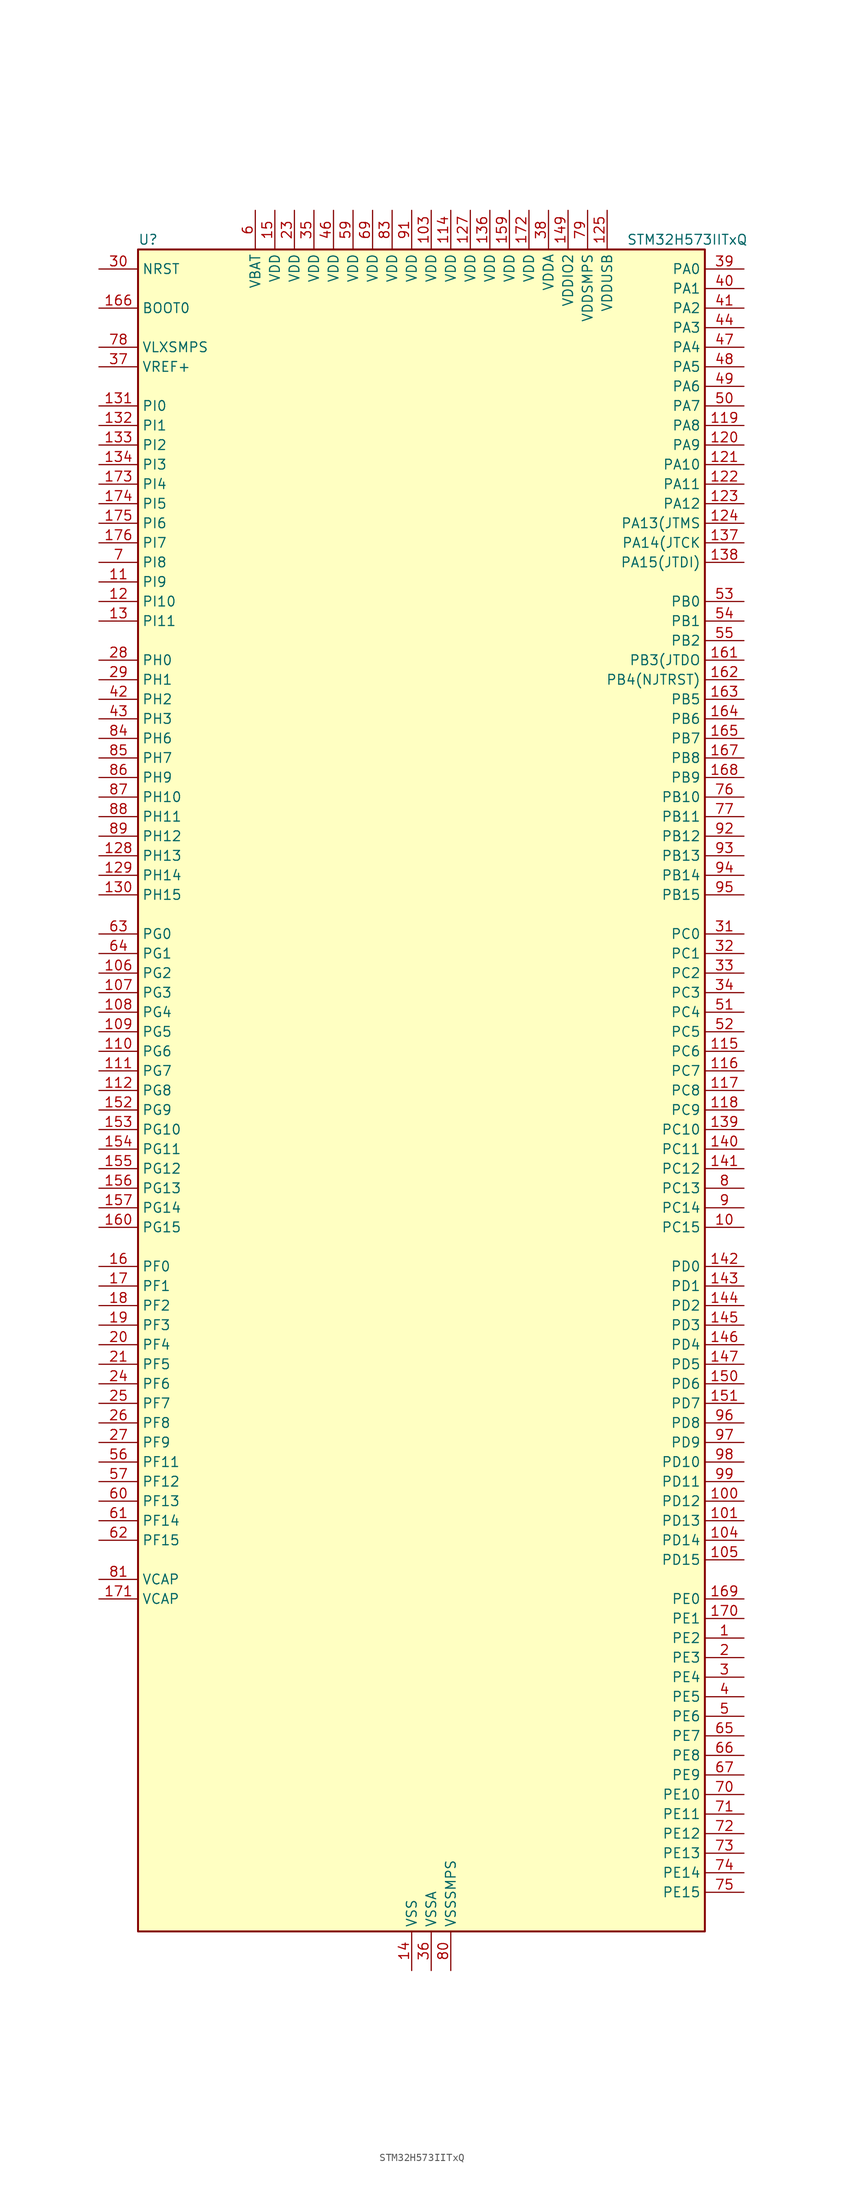
<source format=kicad_sym>
(kicad_symbol_lib
  (version 20231120)
  (generator "kicad_symbol_editor")
  (generator_version "8.0")
  (symbol "STM32H573IITxQ"
    (property "Reference" "U"
      (at -35.56 110.49 0)
      (effects (font (size 1.27 1.27)) (justify left)))
    (property "Value" "STM32H573IITxQ"
      (at 27.94 110.49 0)
      (effects (font (size 1.27 1.27)) (justify left)))
    (property "ki_locked" ""
      (at 0 0 0)
      (effects (font (size 1.27 1.27))))
    (symbol "STM32H573IITxQ_0_1"
      (rectangle (start -35.56 -109.22) (end 38.1 109.22) (stroke (width 0.254) (type default)) (fill (type background))))
    (symbol "STM32H573IITxQ_1_1"
      (pin bidirectional line (at 43.18 -71.12 180) (length 5.08) (name "PE2" (effects (font (size 1.27 1.27)))) (number "1" (effects (font (size 1.27 1.27)))) (alternate "DCMI_D3" bidirectional line) (alternate "DEBUG_TRACECLK" bidirectional line) (alternate "ETH_TXD3" bidirectional line) (alternate "FMC_A23" bidirectional line) (alternate "LPTIM1_IN2" bidirectional line) (alternate "OCTOSPI1_IO2" bidirectional line) (alternate "PSSI_D3" bidirectional line) (alternate "SAI1_CK1" bidirectional line) (alternate "SAI1_MCLK_A" bidirectional line) (alternate "SPI4_SCK" bidirectional line) (alternate "UART8_TX" bidirectional line) (alternate "USART10_RX" bidirectional line))
      (pin bidirectional line (at 43.18 -17.78 180) (length 5.08) (name "PC15" (effects (font (size 1.27 1.27)))) (number "10" (effects (font (size 1.27 1.27)))) (alternate "ADC1_EXTI15" bidirectional line) (alternate "ADC2_EXTI15" bidirectional line) (alternate "RCC_OSC32_OUT" bidirectional line))
      (pin bidirectional line (at 43.18 -53.34 180) (length 5.08) (name "PD12" (effects (font (size 1.27 1.27)))) (number "100" (effects (font (size 1.27 1.27)))) (alternate "DCMI_D12" bidirectional line) (alternate "FMC_A17" bidirectional line) (alternate "FMC_ALE" bidirectional line) (alternate "I2C4_SCL" bidirectional line) (alternate "I3C1_SCL" bidirectional line) (alternate "LPTIM1_IN1" bidirectional line) (alternate "LPTIM2_IN1" bidirectional line) (alternate "OCTOSPI1_IO1" bidirectional line) (alternate "PSSI_D12" bidirectional line) (alternate "SAI1_D1" bidirectional line) (alternate "SAI2_FS_A" bidirectional line) (alternate "TIM4_CH1" bidirectional line) (alternate "UART4_TX" bidirectional line) (alternate "USART3_RTS" bidirectional line))
      (pin bidirectional line (at 43.18 -55.88 180) (length 5.08) (name "PD13" (effects (font (size 1.27 1.27)))) (number "101" (effects (font (size 1.27 1.27)))) (alternate "DCMI_D13" bidirectional line) (alternate "FMC_A18" bidirectional line) (alternate "I2C4_SDA" bidirectional line) (alternate "I3C1_SDA" bidirectional line) (alternate "LPTIM1_CH1" bidirectional line) (alternate "LPTIM2_CH1" bidirectional line) (alternate "LPTIM4_IN1" bidirectional line) (alternate "OCTOSPI1_IO3" bidirectional line) (alternate "PSSI_D13" bidirectional line) (alternate "SAI2_SCK_A" bidirectional line) (alternate "TIM4_CH2" bidirectional line) (alternate "UART9_RTS" bidirectional line))
      (pin passive line (at 0 -114.3 90) (length 5.08) hide (name "VSS" (effects (font (size 1.27 1.27)))) (number "102" (effects (font (size 1.27 1.27)))))
      (pin power_in line (at 2.54 114.3 270) (length 5.08) (name "VDD" (effects (font (size 1.27 1.27)))) (number "103" (effects (font (size 1.27 1.27)))))
      (pin bidirectional line (at 43.18 -58.42 180) (length 5.08) (name "PD14" (effects (font (size 1.27 1.27)))) (number "104" (effects (font (size 1.27 1.27)))) (alternate "FMC_D0" bidirectional line) (alternate "FMC_DA0" bidirectional line) (alternate "TIM4_CH3" bidirectional line) (alternate "UART8_CTS" bidirectional line) (alternate "UART9_RX" bidirectional line))
      (pin bidirectional line (at 43.18 -60.96 180) (length 5.08) (name "PD15" (effects (font (size 1.27 1.27)))) (number "105" (effects (font (size 1.27 1.27)))) (alternate "ADC1_EXTI15" bidirectional line) (alternate "ADC2_EXTI15" bidirectional line) (alternate "FMC_D1" bidirectional line) (alternate "FMC_DA1" bidirectional line) (alternate "TIM4_CH4" bidirectional line) (alternate "UART8_RTS" bidirectional line) (alternate "UART9_TX" bidirectional line))
      (pin bidirectional line (at -40.64 15.24 0) (length 5.08) (name "PG2" (effects (font (size 1.27 1.27)))) (number "106" (effects (font (size 1.27 1.27)))) (alternate "FMC_A12" bidirectional line) (alternate "LPTIM6_ETR" bidirectional line) (alternate "TIM8_BKIN" bidirectional line) (alternate "UART12_RX" bidirectional line))
      (pin bidirectional line (at -40.64 12.7 0) (length 5.08) (name "PG3" (effects (font (size 1.27 1.27)))) (number "107" (effects (font (size 1.27 1.27)))) (alternate "FMC_A13" bidirectional line) (alternate "LPTIM5_ETR" bidirectional line) (alternate "TIM8_BKIN2" bidirectional line) (alternate "UART12_TX" bidirectional line))
      (pin bidirectional line (at -40.64 10.16 0) (length 5.08) (name "PG4" (effects (font (size 1.27 1.27)))) (number "108" (effects (font (size 1.27 1.27)))) (alternate "FMC_A14" bidirectional line) (alternate "FMC_BA0" bidirectional line) (alternate "LPTIM4_ETR" bidirectional line) (alternate "TIM1_BKIN2" bidirectional line))
      (pin bidirectional line (at -40.64 7.62 0) (length 5.08) (name "PG5" (effects (font (size 1.27 1.27)))) (number "109" (effects (font (size 1.27 1.27)))) (alternate "FMC_A15" bidirectional line) (alternate "FMC_BA1" bidirectional line) (alternate "TIM1_ETR" bidirectional line))
      (pin bidirectional line (at -40.64 66.04 0) (length 5.08) (name "PI9" (effects (font (size 1.27 1.27)))) (number "11" (effects (font (size 1.27 1.27)))) (alternate "DAC1_EXTI9" bidirectional line) (alternate "FDCAN1_RX" bidirectional line) (alternate "UART4_RX" bidirectional line))
      (pin bidirectional line (at -40.64 5.08 0) (length 5.08) (name "PG6" (effects (font (size 1.27 1.27)))) (number "110" (effects (font (size 1.27 1.27)))) (alternate "DCMI_D12" bidirectional line) (alternate "FMC_NE3" bidirectional line) (alternate "I2C4_SDA" bidirectional line) (alternate "I3C1_SDA" bidirectional line) (alternate "OCTOSPI1_NCS" bidirectional line) (alternate "PSSI_D12" bidirectional line) (alternate "SPI1_RDY" bidirectional line) (alternate "TIM17_BKIN" bidirectional line) (alternate "UCPD1_FRSTX" bidirectional line))
      (pin bidirectional line (at -40.64 2.54 0) (length 5.08) (name "PG7" (effects (font (size 1.27 1.27)))) (number "111" (effects (font (size 1.27 1.27)))) (alternate "DCMI_D13" bidirectional line) (alternate "FMC_INT" bidirectional line) (alternate "I2C4_SCL" bidirectional line) (alternate "I3C1_SCL" bidirectional line) (alternate "PSSI_D13" bidirectional line) (alternate "SAI1_CK2" bidirectional line) (alternate "SAI1_MCLK_A" bidirectional line) (alternate "UCPD1_FRSTX" bidirectional line) (alternate "USART6_CK" bidirectional line))
      (pin bidirectional line (at -40.64 0 0) (length 5.08) (name "PG8" (effects (font (size 1.27 1.27)))) (number "112" (effects (font (size 1.27 1.27)))) (alternate "ETH_PPS_OUT" bidirectional line) (alternate "FMC_SDCLK" bidirectional line) (alternate "SPI6_NSS" bidirectional line) (alternate "TIM8_ETR" bidirectional line) (alternate "USART6_RTS" bidirectional line))
      (pin passive line (at 0 -114.3 90) (length 5.08) hide (name "VSS" (effects (font (size 1.27 1.27)))) (number "113" (effects (font (size 1.27 1.27)))))
      (pin power_in line (at 5.08 114.3 270) (length 5.08) (name "VDD" (effects (font (size 1.27 1.27)))) (number "114" (effects (font (size 1.27 1.27)))))
      (pin bidirectional line (at 43.18 5.08 180) (length 5.08) (name "PC6" (effects (font (size 1.27 1.27)))) (number "115" (effects (font (size 1.27 1.27)))) (alternate "DCMI_D0" bidirectional line) (alternate "FMC_NWAIT" bidirectional line) (alternate "I2S2_MCK" bidirectional line) (alternate "OCTOSPI1_IO5" bidirectional line) (alternate "PSSI_D0" bidirectional line) (alternate "SAI1_SCK_A" bidirectional line) (alternate "SDMMC1_D0DIR" bidirectional line) (alternate "SDMMC1_D6" bidirectional line) (alternate "SDMMC2_D6" bidirectional line) (alternate "TIM3_CH1" bidirectional line) (alternate "TIM8_CH1" bidirectional line) (alternate "USART6_TX" bidirectional line))
      (pin bidirectional line (at 43.18 2.54 180) (length 5.08) (name "PC7" (effects (font (size 1.27 1.27)))) (number "116" (effects (font (size 1.27 1.27)))) (alternate "DCMI_D1" bidirectional line) (alternate "DEBUG_TRGIO" bidirectional line) (alternate "FMC_NE1" bidirectional line) (alternate "I2S3_MCK" bidirectional line) (alternate "OCTOSPI1_IO6" bidirectional line) (alternate "PSSI_D1" bidirectional line) (alternate "SDMMC1_D123DIR" bidirectional line) (alternate "SDMMC1_D7" bidirectional line) (alternate "SDMMC2_D7" bidirectional line) (alternate "TIM3_CH2" bidirectional line) (alternate "TIM8_CH2" bidirectional line) (alternate "USART6_RX" bidirectional line))
      (pin bidirectional line (at 43.18 0 180) (length 5.08) (name "PC8" (effects (font (size 1.27 1.27)))) (number "117" (effects (font (size 1.27 1.27)))) (alternate "DCMI_D2" bidirectional line) (alternate "DEBUG_TRACED1" bidirectional line) (alternate "FMC_ALE" bidirectional line) (alternate "FMC_INT" bidirectional line) (alternate "FMC_NCE" bidirectional line) (alternate "FMC_NE2" bidirectional line) (alternate "PSSI_D2" bidirectional line) (alternate "SDMMC1_D0" bidirectional line) (alternate "TIM3_CH3" bidirectional line) (alternate "TIM8_CH3" bidirectional line) (alternate "UART5_DE" bidirectional line) (alternate "UART5_RTS" bidirectional line) (alternate "USART6_CK" bidirectional line))
      (pin bidirectional line (at 43.18 -2.54 180) (length 5.08) (name "PC9" (effects (font (size 1.27 1.27)))) (number "118" (effects (font (size 1.27 1.27)))) (alternate "AUDIOCLK" bidirectional line) (alternate "DAC1_EXTI9" bidirectional line) (alternate "DCMI_D3" bidirectional line) (alternate "FMC_CLE" bidirectional line) (alternate "I2C3_SDA" bidirectional line) (alternate "OCTOSPI1_IO0" bidirectional line) (alternate "PSSI_D3" bidirectional line) (alternate "RCC_MCO_2" bidirectional line) (alternate "SDMMC1_D1" bidirectional line) (alternate "TIM3_CH4" bidirectional line) (alternate "TIM8_CH4" bidirectional line) (alternate "UART5_CTS" bidirectional line) (alternate "UCPD1_DB2" bidirectional line))
      (pin bidirectional line (at 43.18 86.36 180) (length 5.08) (name "PA8" (effects (font (size 1.27 1.27)))) (number "119" (effects (font (size 1.27 1.27)))) (alternate "DCMI_D3" bidirectional line) (alternate "FMC_NOE" bidirectional line) (alternate "I2C3_SCL" bidirectional line) (alternate "PSSI_D3" bidirectional line) (alternate "RCC_MCO_1" bidirectional line) (alternate "SPI1_RDY" bidirectional line) (alternate "TIM1_CH1" bidirectional line) (alternate "TIM8_BKIN2" bidirectional line) (alternate "UART7_RX" bidirectional line) (alternate "USART1_CK" bidirectional line) (alternate "USB_SOF" bidirectional line))
      (pin bidirectional line (at -40.64 63.5 0) (length 5.08) (name "PI10" (effects (font (size 1.27 1.27)))) (number "12" (effects (font (size 1.27 1.27)))) (alternate "ETH_RX_ER" bidirectional line) (alternate "FDCAN1_RX" bidirectional line) (alternate "PSSI_D14" bidirectional line))
      (pin bidirectional line (at 43.18 83.82 180) (length 5.08) (name "PA9" (effects (font (size 1.27 1.27)))) (number "120" (effects (font (size 1.27 1.27)))) (alternate "DAC1_EXTI9" bidirectional line) (alternate "DCMI_D0" bidirectional line) (alternate "ETH_TX_ER" bidirectional line) (alternate "FMC_NWE" bidirectional line) (alternate "I2C3_SMBA" bidirectional line) (alternate "I2S2_CK" bidirectional line) (alternate "LPUART1_TX" bidirectional line) (alternate "PSSI_D0" bidirectional line) (alternate "SPI2_SCK" bidirectional line) (alternate "TIM1_CH2" bidirectional line) (alternate "UCPD1_DB1" bidirectional line) (alternate "USART1_TX" bidirectional line))
      (pin bidirectional line (at 43.18 81.28 180) (length 5.08) (name "PA10" (effects (font (size 1.27 1.27)))) (number "121" (effects (font (size 1.27 1.27)))) (alternate "DCMI_D1" bidirectional line) (alternate "FDCAN2_TX" bidirectional line) (alternate "LPTIM2_IN2" bidirectional line) (alternate "LPUART1_RX" bidirectional line) (alternate "PSSI_D1" bidirectional line) (alternate "SDMMC1_D0" bidirectional line) (alternate "TIM1_CH3" bidirectional line) (alternate "UCPD1_FRSTX" bidirectional line) (alternate "USART1_RX" bidirectional line))
      (pin bidirectional line (at 43.18 78.74 180) (length 5.08) (name "PA11" (effects (font (size 1.27 1.27)))) (number "122" (effects (font (size 1.27 1.27)))) (alternate "ADC1_EXTI11" bidirectional line) (alternate "ADC2_EXTI11" bidirectional line) (alternate "FDCAN1_RX" bidirectional line) (alternate "I2S2_WS" bidirectional line) (alternate "LPUART1_CTS" bidirectional line) (alternate "SPI2_NSS" bidirectional line) (alternate "TIM1_CH4" bidirectional line) (alternate "UART4_RX" bidirectional line) (alternate "USART1_CTS" bidirectional line) (alternate "USART1_NSS" bidirectional line) (alternate "USB_DM" bidirectional line))
      (pin bidirectional line (at 43.18 76.2 180) (length 5.08) (name "PA12" (effects (font (size 1.27 1.27)))) (number "123" (effects (font (size 1.27 1.27)))) (alternate "FDCAN1_TX" bidirectional line) (alternate "I2S2_CK" bidirectional line) (alternate "LPUART1_RTS" bidirectional line) (alternate "SAI2_FS_B" bidirectional line) (alternate "SPI2_SCK" bidirectional line) (alternate "TIM1_ETR" bidirectional line) (alternate "UART4_TX" bidirectional line) (alternate "USART1_RTS" bidirectional line) (alternate "USB_DP" bidirectional line))
      (pin bidirectional line (at 43.18 73.66 180) (length 5.08) (name "PA13(JTMS" (effects (font (size 1.27 1.27)))) (number "124" (effects (font (size 1.27 1.27)))) (alternate "DEBUG_JTMS-SWDIO" bidirectional line))
      (pin power_in line (at 25.4 114.3 270) (length 5.08) (name "VDDUSB" (effects (font (size 1.27 1.27)))) (number "125" (effects (font (size 1.27 1.27)))))
      (pin passive line (at 0 -114.3 90) (length 5.08) hide (name "VSS" (effects (font (size 1.27 1.27)))) (number "126" (effects (font (size 1.27 1.27)))))
      (pin power_in line (at 7.62 114.3 270) (length 5.08) (name "VDD" (effects (font (size 1.27 1.27)))) (number "127" (effects (font (size 1.27 1.27)))))
      (pin bidirectional line (at -40.64 30.48 0) (length 5.08) (name "PH13" (effects (font (size 1.27 1.27)))) (number "128" (effects (font (size 1.27 1.27)))) (alternate "DCMI_D3" bidirectional line) (alternate "FDCAN1_TX" bidirectional line) (alternate "LPTIM1_IN2" bidirectional line) (alternate "PSSI_D3" bidirectional line) (alternate "TIM8_CH1N" bidirectional line) (alternate "UART4_TX" bidirectional line) (alternate "UART8_TX" bidirectional line))
      (pin bidirectional line (at -40.64 27.94 0) (length 5.08) (name "PH14" (effects (font (size 1.27 1.27)))) (number "129" (effects (font (size 1.27 1.27)))) (alternate "DCMI_D4" bidirectional line) (alternate "FDCAN1_RX" bidirectional line) (alternate "PSSI_D4" bidirectional line) (alternate "TIM8_CH2N" bidirectional line) (alternate "UART4_RX" bidirectional line))
      (pin bidirectional line (at -40.64 60.96 0) (length 5.08) (name "PI11" (effects (font (size 1.27 1.27)))) (number "13" (effects (font (size 1.27 1.27)))) (alternate "ADC1_EXTI11" bidirectional line) (alternate "ADC2_EXTI11" bidirectional line) (alternate "PSSI_D15" bidirectional line) (alternate "TAMP_IN4" bidirectional line) (alternate "TAMP_OUT5" bidirectional line))
      (pin bidirectional line (at -40.64 25.4 0) (length 5.08) (name "PH15" (effects (font (size 1.27 1.27)))) (number "130" (effects (font (size 1.27 1.27)))) (alternate "ADC1_EXTI15" bidirectional line) (alternate "ADC2_EXTI15" bidirectional line) (alternate "DCMI_D11" bidirectional line) (alternate "PSSI_D11" bidirectional line) (alternate "TIM8_CH3N" bidirectional line))
      (pin bidirectional line (at -40.64 88.9 0) (length 5.08) (name "PI0" (effects (font (size 1.27 1.27)))) (number "131" (effects (font (size 1.27 1.27)))) (alternate "DCMI_D13" bidirectional line) (alternate "I2S2_WS" bidirectional line) (alternate "PSSI_D13" bidirectional line) (alternate "SPI2_NSS" bidirectional line) (alternate "TIM5_CH4" bidirectional line))
      (pin bidirectional line (at -40.64 86.36 0) (length 5.08) (name "PI1" (effects (font (size 1.27 1.27)))) (number "132" (effects (font (size 1.27 1.27)))) (alternate "DCMI_D8" bidirectional line) (alternate "I2S2_CK" bidirectional line) (alternate "PSSI_D8" bidirectional line) (alternate "SPI2_SCK" bidirectional line) (alternate "TIM8_BKIN2" bidirectional line))
      (pin bidirectional line (at -40.64 83.82 0) (length 5.08) (name "PI2" (effects (font (size 1.27 1.27)))) (number "133" (effects (font (size 1.27 1.27)))) (alternate "DCMI_D9" bidirectional line) (alternate "I2S2_SDI" bidirectional line) (alternate "PSSI_D9" bidirectional line) (alternate "SPI2_MISO" bidirectional line) (alternate "TIM8_CH4" bidirectional line))
      (pin bidirectional line (at -40.64 81.28 0) (length 5.08) (name "PI3" (effects (font (size 1.27 1.27)))) (number "134" (effects (font (size 1.27 1.27)))) (alternate "DCMI_D10" bidirectional line) (alternate "I2S2_SDO" bidirectional line) (alternate "PSSI_D10" bidirectional line) (alternate "SPI2_MOSI" bidirectional line) (alternate "TIM8_ETR" bidirectional line))
      (pin passive line (at 0 -114.3 90) (length 5.08) hide (name "VSS" (effects (font (size 1.27 1.27)))) (number "135" (effects (font (size 1.27 1.27)))))
      (pin power_in line (at 10.16 114.3 270) (length 5.08) (name "VDD" (effects (font (size 1.27 1.27)))) (number "136" (effects (font (size 1.27 1.27)))))
      (pin bidirectional line (at 43.18 71.12 180) (length 5.08) (name "PA14(JTCK" (effects (font (size 1.27 1.27)))) (number "137" (effects (font (size 1.27 1.27)))) (alternate "DEBUG_JTCK-SWCLK" bidirectional line))
      (pin bidirectional line (at 43.18 68.58 180) (length 5.08) (name "PA15(JTDI)" (effects (font (size 1.27 1.27)))) (number "138" (effects (font (size 1.27 1.27)))) (alternate "ADC1_EXTI15" bidirectional line) (alternate "ADC2_EXTI15" bidirectional line) (alternate "CEC" bidirectional line) (alternate "DCMI_D11" bidirectional line) (alternate "DEBUG_JTDI" bidirectional line) (alternate "FMC_NBL1" bidirectional line) (alternate "I2S1_WS" bidirectional line) (alternate "I2S3_WS" bidirectional line) (alternate "LPTIM3_IN2" bidirectional line) (alternate "PSSI_D11" bidirectional line) (alternate "SPI1_NSS" bidirectional line) (alternate "SPI3_NSS" bidirectional line) (alternate "SPI6_NSS" bidirectional line) (alternate "TIM2_CH1" bidirectional line) (alternate "TIM2_ETR" bidirectional line) (alternate "UART4_DE" bidirectional line) (alternate "UART4_RTS" bidirectional line) (alternate "UART7_TX" bidirectional line))
      (pin bidirectional line (at 43.18 -5.08 180) (length 5.08) (name "PC10" (effects (font (size 1.27 1.27)))) (number "139" (effects (font (size 1.27 1.27)))) (alternate "DCMI_D8" bidirectional line) (alternate "ETH_TXD0" bidirectional line) (alternate "I2S3_CK" bidirectional line) (alternate "LPTIM3_ETR" bidirectional line) (alternate "OCTOSPI1_IO1" bidirectional line) (alternate "PSSI_D8" bidirectional line) (alternate "SDMMC1_D2" bidirectional line) (alternate "SPI3_SCK" bidirectional line) (alternate "UART4_TX" bidirectional line) (alternate "USART3_TX" bidirectional line))
      (pin power_in line (at 0 -114.3 90) (length 5.08) (name "VSS" (effects (font (size 1.27 1.27)))) (number "14" (effects (font (size 1.27 1.27)))))
      (pin bidirectional line (at 43.18 -7.62 180) (length 5.08) (name "PC11" (effects (font (size 1.27 1.27)))) (number "140" (effects (font (size 1.27 1.27)))) (alternate "ADC1_EXTI11" bidirectional line) (alternate "ADC2_EXTI11" bidirectional line) (alternate "DCMI_D4" bidirectional line) (alternate "I2S3_SDI" bidirectional line) (alternate "LPTIM3_IN1" bidirectional line) (alternate "OCTOSPI1_NCS" bidirectional line) (alternate "PSSI_D4" bidirectional line) (alternate "SDMMC1_D3" bidirectional line) (alternate "SPI3_MISO" bidirectional line) (alternate "UART4_RX" bidirectional line) (alternate "USART3_RX" bidirectional line))
      (pin bidirectional line (at 43.18 -10.16 180) (length 5.08) (name "PC12" (effects (font (size 1.27 1.27)))) (number "141" (effects (font (size 1.27 1.27)))) (alternate "DCMI_D9" bidirectional line) (alternate "DEBUG_TRACED3" bidirectional line) (alternate "I2S3_SDO" bidirectional line) (alternate "PSSI_D9" bidirectional line) (alternate "SDMMC1_CK" bidirectional line) (alternate "SPI3_MOSI" bidirectional line) (alternate "SPI6_SCK" bidirectional line) (alternate "TIM15_CH1" bidirectional line) (alternate "UART5_TX" bidirectional line) (alternate "USART3_CK" bidirectional line))
      (pin bidirectional line (at 43.18 -22.86 180) (length 5.08) (name "PD0" (effects (font (size 1.27 1.27)))) (number "142" (effects (font (size 1.27 1.27)))) (alternate "FDCAN1_RX" bidirectional line) (alternate "FMC_D2" bidirectional line) (alternate "FMC_DA2" bidirectional line) (alternate "TIM8_CH4N" bidirectional line) (alternate "UART4_RX" bidirectional line) (alternate "UART9_CTS" bidirectional line))
      (pin bidirectional line (at 43.18 -25.4 180) (length 5.08) (name "PD1" (effects (font (size 1.27 1.27)))) (number "143" (effects (font (size 1.27 1.27)))) (alternate "FDCAN1_TX" bidirectional line) (alternate "FMC_D3" bidirectional line) (alternate "FMC_DA3" bidirectional line) (alternate "UART4_TX" bidirectional line))
      (pin bidirectional line (at 43.18 -27.94 180) (length 5.08) (name "PD2" (effects (font (size 1.27 1.27)))) (number "144" (effects (font (size 1.27 1.27)))) (alternate "DCMI_D11" bidirectional line) (alternate "DEBUG_TRACED2" bidirectional line) (alternate "LPTIM4_ETR" bidirectional line) (alternate "PSSI_D11" bidirectional line) (alternate "PWR_WKUP7" bidirectional line) (alternate "SDMMC1_CMD" bidirectional line) (alternate "TIM15_BKIN" bidirectional line) (alternate "TIM3_ETR" bidirectional line) (alternate "UART5_RX" bidirectional line))
      (pin bidirectional line (at 43.18 -30.48 180) (length 5.08) (name "PD3" (effects (font (size 1.27 1.27)))) (number "145" (effects (font (size 1.27 1.27)))) (alternate "DCMI_D5" bidirectional line) (alternate "FMC_CLK" bidirectional line) (alternate "I2S2_CK" bidirectional line) (alternate "PSSI_D5" bidirectional line) (alternate "PWR_WKUP8" bidirectional line) (alternate "SPI2_SCK" bidirectional line) (alternate "USART2_CTS" bidirectional line) (alternate "USART2_NSS" bidirectional line))
      (pin bidirectional line (at 43.18 -33.02 180) (length 5.08) (name "PD4" (effects (font (size 1.27 1.27)))) (number "146" (effects (font (size 1.27 1.27)))) (alternate "FMC_NOE" bidirectional line) (alternate "OCTOSPI1_IO4" bidirectional line) (alternate "USART2_RTS" bidirectional line))
      (pin bidirectional line (at 43.18 -35.56 180) (length 5.08) (name "PD5" (effects (font (size 1.27 1.27)))) (number "147" (effects (font (size 1.27 1.27)))) (alternate "FDCAN1_TX" bidirectional line) (alternate "FMC_NWE" bidirectional line) (alternate "OCTOSPI1_IO5" bidirectional line) (alternate "SPI2_RDY" bidirectional line) (alternate "TIM1_CH4N" bidirectional line) (alternate "USART2_TX" bidirectional line))
      (pin passive line (at 0 -114.3 90) (length 5.08) hide (name "VSS" (effects (font (size 1.27 1.27)))) (number "148" (effects (font (size 1.27 1.27)))))
      (pin power_in line (at 20.32 114.3 270) (length 5.08) (name "VDDIO2" (effects (font (size 1.27 1.27)))) (number "149" (effects (font (size 1.27 1.27)))))
      (pin power_in line (at -17.78 114.3 270) (length 5.08) (name "VDD" (effects (font (size 1.27 1.27)))) (number "15" (effects (font (size 1.27 1.27)))))
      (pin bidirectional line (at 43.18 -38.1 180) (length 5.08) (name "PD6" (effects (font (size 1.27 1.27)))) (number "150" (effects (font (size 1.27 1.27)))) (alternate "DCMI_D10" bidirectional line) (alternate "FMC_NWAIT" bidirectional line) (alternate "I2S3_SDO" bidirectional line) (alternate "OCTOSPI1_IO6" bidirectional line) (alternate "PSSI_D10" bidirectional line) (alternate "SAI1_D1" bidirectional line) (alternate "SAI1_SD_A" bidirectional line) (alternate "SDMMC2_CK" bidirectional line) (alternate "SPI3_MOSI" bidirectional line) (alternate "USART2_RX" bidirectional line))
      (pin bidirectional line (at 43.18 -40.64 180) (length 5.08) (name "PD7" (effects (font (size 1.27 1.27)))) (number "151" (effects (font (size 1.27 1.27)))) (alternate "FMC_NCE" bidirectional line) (alternate "FMC_NE1" bidirectional line) (alternate "I2S1_SDO" bidirectional line) (alternate "LPTIM4_OUT" bidirectional line) (alternate "OCTOSPI1_IO7" bidirectional line) (alternate "SDMMC2_CMD" bidirectional line) (alternate "SPI1_MOSI" bidirectional line) (alternate "USART2_CK" bidirectional line))
      (pin bidirectional line (at -40.64 -2.54 0) (length 5.08) (name "PG9" (effects (font (size 1.27 1.27)))) (number "152" (effects (font (size 1.27 1.27)))) (alternate "DAC1_EXTI9" bidirectional line) (alternate "DCMI_VSYNC" bidirectional line) (alternate "FMC_NCE" bidirectional line) (alternate "FMC_NE2" bidirectional line) (alternate "I2S1_SDI" bidirectional line) (alternate "OCTOSPI1_IO6" bidirectional line) (alternate "PSSI_RDY" bidirectional line) (alternate "SAI2_FS_B" bidirectional line) (alternate "SDMMC2_D0" bidirectional line) (alternate "SPI1_MISO" bidirectional line) (alternate "USART6_RX" bidirectional line))
      (pin bidirectional line (at -40.64 -5.08 0) (length 5.08) (name "PG10" (effects (font (size 1.27 1.27)))) (number "153" (effects (font (size 1.27 1.27)))) (alternate "DCMI_D2" bidirectional line) (alternate "FMC_NE3" bidirectional line) (alternate "I2S1_WS" bidirectional line) (alternate "PSSI_D2" bidirectional line) (alternate "SAI2_SD_B" bidirectional line) (alternate "SDMMC2_D1" bidirectional line) (alternate "SPI1_NSS" bidirectional line))
      (pin bidirectional line (at -40.64 -7.62 0) (length 5.08) (name "PG11" (effects (font (size 1.27 1.27)))) (number "154" (effects (font (size 1.27 1.27)))) (alternate "ADC1_EXTI11" bidirectional line) (alternate "ADC2_EXTI11" bidirectional line) (alternate "DCMI_D3" bidirectional line) (alternate "ETH_TX_EN" bidirectional line) (alternate "I2S1_CK" bidirectional line) (alternate "LPTIM1_IN2" bidirectional line) (alternate "PSSI_D3" bidirectional line) (alternate "SDMMC2_D2" bidirectional line) (alternate "SPI1_SCK" bidirectional line) (alternate "USART10_RX" bidirectional line) (alternate "USART11_RTS" bidirectional line))
      (pin bidirectional line (at -40.64 -10.16 0) (length 5.08) (name "PG12" (effects (font (size 1.27 1.27)))) (number "155" (effects (font (size 1.27 1.27)))) (alternate "DCMI_D11" bidirectional line) (alternate "ETH_TXD1" bidirectional line) (alternate "FMC_NE4" bidirectional line) (alternate "LPTIM1_IN1" bidirectional line) (alternate "LPTIM5_CH1" bidirectional line) (alternate "PSSI_D11" bidirectional line) (alternate "PSSI_D15" bidirectional line) (alternate "SDMMC2_D3" bidirectional line) (alternate "SPI6_MISO" bidirectional line) (alternate "USART10_TX" bidirectional line) (alternate "USART6_RTS" bidirectional line))
      (pin bidirectional line (at -40.64 -12.7 0) (length 5.08) (name "PG13" (effects (font (size 1.27 1.27)))) (number "156" (effects (font (size 1.27 1.27)))) (alternate "DEBUG_TRACED0" bidirectional line) (alternate "ETH_TXD0" bidirectional line) (alternate "FMC_A24" bidirectional line) (alternate "LPTIM1_CH1" bidirectional line) (alternate "LPTIM5_CH2" bidirectional line) (alternate "SDMMC2_D6" bidirectional line) (alternate "SPI6_SCK" bidirectional line) (alternate "USART10_CTS" bidirectional line) (alternate "USART10_NSS" bidirectional line) (alternate "USART6_CTS" bidirectional line) (alternate "USART6_NSS" bidirectional line))
      (pin bidirectional line (at -40.64 -15.24 0) (length 5.08) (name "PG14" (effects (font (size 1.27 1.27)))) (number "157" (effects (font (size 1.27 1.27)))) (alternate "DEBUG_TRACED1" bidirectional line) (alternate "ETH_TXD1" bidirectional line) (alternate "FMC_A25" bidirectional line) (alternate "LPTIM1_CH2" bidirectional line) (alternate "LPTIM1_ETR" bidirectional line) (alternate "LPTIM5_IN1" bidirectional line) (alternate "OCTOSPI1_IO7" bidirectional line) (alternate "SDMMC2_D7" bidirectional line) (alternate "SPI6_MOSI" bidirectional line) (alternate "USART10_RTS" bidirectional line) (alternate "USART6_TX" bidirectional line))
      (pin passive line (at 0 -114.3 90) (length 5.08) hide (name "VSS" (effects (font (size 1.27 1.27)))) (number "158" (effects (font (size 1.27 1.27)))))
      (pin power_in line (at 12.7 114.3 270) (length 5.08) (name "VDD" (effects (font (size 1.27 1.27)))) (number "159" (effects (font (size 1.27 1.27)))))
      (pin bidirectional line (at -40.64 -22.86 0) (length 5.08) (name "PF0" (effects (font (size 1.27 1.27)))) (number "16" (effects (font (size 1.27 1.27)))) (alternate "FMC_A0" bidirectional line) (alternate "I2C2_SDA" bidirectional line) (alternate "LPTIM5_CH1" bidirectional line))
      (pin bidirectional line (at -40.64 -17.78 0) (length 5.08) (name "PG15" (effects (font (size 1.27 1.27)))) (number "160" (effects (font (size 1.27 1.27)))) (alternate "ADC1_EXTI15" bidirectional line) (alternate "ADC2_EXTI15" bidirectional line) (alternate "DCMI_D13" bidirectional line) (alternate "FMC_SDNCAS" bidirectional line) (alternate "PSSI_D13" bidirectional line) (alternate "SPI4_RDY" bidirectional line) (alternate "USART10_CK" bidirectional line) (alternate "USART6_CTS" bidirectional line) (alternate "USART6_NSS" bidirectional line))
      (pin bidirectional line (at 43.18 55.88 180) (length 5.08) (name "PB3(JTDO" (effects (font (size 1.27 1.27)))) (number "161" (effects (font (size 1.27 1.27)))) (alternate "CRS_SYNC" bidirectional line) (alternate "DEBUG_JTDO-SWO" bidirectional line) (alternate "I2C2_SDA" bidirectional line) (alternate "I2S1_CK" bidirectional line) (alternate "I2S3_CK" bidirectional line) (alternate "LPTIM6_ETR" bidirectional line) (alternate "SDMMC2_D2" bidirectional line) (alternate "SPI1_SCK" bidirectional line) (alternate "SPI3_SCK" bidirectional line) (alternate "SPI6_SCK" bidirectional line) (alternate "TIM2_CH2" bidirectional line) (alternate "UART12_CTS" bidirectional line) (alternate "UART7_RX" bidirectional line))
      (pin bidirectional line (at 43.18 53.34 180) (length 5.08) (name "PB4(NJTRST)" (effects (font (size 1.27 1.27)))) (number "162" (effects (font (size 1.27 1.27)))) (alternate "DCMI_D7" bidirectional line) (alternate "DEBUG_JTRST" bidirectional line) (alternate "I2S1_SDI" bidirectional line) (alternate "I2S2_WS" bidirectional line) (alternate "I2S3_SDI" bidirectional line) (alternate "LPTIM1_CH2" bidirectional line) (alternate "OCTOSPI1_CLK" bidirectional line) (alternate "PSSI_D7" bidirectional line) (alternate "SDMMC2_D3" bidirectional line) (alternate "SPI1_MISO" bidirectional line) (alternate "SPI2_NSS" bidirectional line) (alternate "SPI3_MISO" bidirectional line) (alternate "SPI6_MISO" bidirectional line) (alternate "TIM16_BKIN" bidirectional line) (alternate "TIM3_CH1" bidirectional line) (alternate "UART7_TX" bidirectional line))
      (pin bidirectional line (at 43.18 50.8 180) (length 5.08) (name "PB5" (effects (font (size 1.27 1.27)))) (number "163" (effects (font (size 1.27 1.27)))) (alternate "DCMI_D10" bidirectional line) (alternate "ETH_PPS_OUT" bidirectional line) (alternate "FDCAN2_RX" bidirectional line) (alternate "FMC_SDCKE1" bidirectional line) (alternate "I2C1_SMBA" bidirectional line) (alternate "I2C4_SMBA" bidirectional line) (alternate "I2S1_SDO" bidirectional line) (alternate "I2S3_SDO" bidirectional line) (alternate "OCTOSPI1_NCLK" bidirectional line) (alternate "PSSI_D10" bidirectional line) (alternate "SPI1_MOSI" bidirectional line) (alternate "SPI3_MOSI" bidirectional line) (alternate "SPI6_MOSI" bidirectional line) (alternate "TIM17_BKIN" bidirectional line) (alternate "TIM3_CH2" bidirectional line) (alternate "UART5_RX" bidirectional line))
      (pin bidirectional line (at 43.18 48.26 180) (length 5.08) (name "PB6" (effects (font (size 1.27 1.27)))) (number "164" (effects (font (size 1.27 1.27)))) (alternate "CEC" bidirectional line) (alternate "DCMI_D5" bidirectional line) (alternate "FDCAN2_TX" bidirectional line) (alternate "FMC_SDNE1" bidirectional line) (alternate "I2C1_SCL" bidirectional line) (alternate "I2C4_SCL" bidirectional line) (alternate "I3C1_SCL" bidirectional line) (alternate "LPUART1_TX" bidirectional line) (alternate "OCTOSPI1_NCS" bidirectional line) (alternate "PSSI_D5" bidirectional line) (alternate "TIM16_CH1N" bidirectional line) (alternate "TIM4_CH1" bidirectional line) (alternate "UART5_TX" bidirectional line) (alternate "USART1_TX" bidirectional line))
      (pin bidirectional line (at 43.18 45.72 180) (length 5.08) (name "PB7" (effects (font (size 1.27 1.27)))) (number "165" (effects (font (size 1.27 1.27)))) (alternate "DCMI_VSYNC" bidirectional line) (alternate "FDCAN1_TX" bidirectional line) (alternate "FMC_NL" bidirectional line) (alternate "I2C1_SDA" bidirectional line) (alternate "I2C4_SDA" bidirectional line) (alternate "I3C1_SDA" bidirectional line) (alternate "LPUART1_RX" bidirectional line) (alternate "PSSI_RDY" bidirectional line) (alternate "PWR_WKUP5" bidirectional line) (alternate "SDMMC2_CKIN" bidirectional line) (alternate "SDMMC2_D5" bidirectional line) (alternate "TIM17_CH1N" bidirectional line) (alternate "TIM4_CH2" bidirectional line) (alternate "USART1_RX" bidirectional line))
      (pin input line (at -40.64 101.6 0) (length 5.08) (name "BOOT0" (effects (font (size 1.27 1.27)))) (number "166" (effects (font (size 1.27 1.27)))))
      (pin bidirectional line (at 43.18 43.18 180) (length 5.08) (name "PB8" (effects (font (size 1.27 1.27)))) (number "167" (effects (font (size 1.27 1.27)))) (alternate "DCMI_D6" bidirectional line) (alternate "ETH_TXD3" bidirectional line) (alternate "FDCAN1_RX" bidirectional line) (alternate "I2C1_SCL" bidirectional line) (alternate "I2C4_SCL" bidirectional line) (alternate "I3C1_SCL" bidirectional line) (alternate "PSSI_D6" bidirectional line) (alternate "SDMMC1_CKIN" bidirectional line) (alternate "SDMMC1_D4" bidirectional line) (alternate "SDMMC2_D4" bidirectional line) (alternate "SPI4_RDY" bidirectional line) (alternate "TIM16_CH1" bidirectional line) (alternate "TIM4_CH3" bidirectional line) (alternate "UART4_RX" bidirectional line))
      (pin bidirectional line (at 43.18 40.64 180) (length 5.08) (name "PB9" (effects (font (size 1.27 1.27)))) (number "168" (effects (font (size 1.27 1.27)))) (alternate "DAC1_EXTI9" bidirectional line) (alternate "DCMI_D7" bidirectional line) (alternate "FDCAN1_TX" bidirectional line) (alternate "I2C1_SDA" bidirectional line) (alternate "I2C4_SDA" bidirectional line) (alternate "I2S2_WS" bidirectional line) (alternate "I3C1_SDA" bidirectional line) (alternate "PSSI_D7" bidirectional line) (alternate "SDMMC1_CDIR" bidirectional line) (alternate "SDMMC1_D5" bidirectional line) (alternate "SDMMC2_CKIN" bidirectional line) (alternate "SDMMC2_D5" bidirectional line) (alternate "SPI2_NSS" bidirectional line) (alternate "TIM17_CH1" bidirectional line) (alternate "TIM4_CH4" bidirectional line) (alternate "UART4_TX" bidirectional line))
      (pin bidirectional line (at 43.18 -66.04 180) (length 5.08) (name "PE0" (effects (font (size 1.27 1.27)))) (number "169" (effects (font (size 1.27 1.27)))) (alternate "DCMI_D2" bidirectional line) (alternate "FDCAN1_RX" bidirectional line) (alternate "FMC_NBL0" bidirectional line) (alternate "LPTIM1_ETR" bidirectional line) (alternate "LPTIM2_CH2" bidirectional line) (alternate "LPTIM2_ETR" bidirectional line) (alternate "PSSI_D2" bidirectional line) (alternate "SAI2_MCLK_A" bidirectional line) (alternate "SPI3_RDY" bidirectional line) (alternate "TIM4_ETR" bidirectional line) (alternate "UART8_RX" bidirectional line))
      (pin bidirectional line (at -40.64 -25.4 0) (length 5.08) (name "PF1" (effects (font (size 1.27 1.27)))) (number "17" (effects (font (size 1.27 1.27)))) (alternate "FMC_A1" bidirectional line) (alternate "I2C2_SCL" bidirectional line) (alternate "LPTIM5_CH2" bidirectional line))
      (pin bidirectional line (at 43.18 -68.58 180) (length 5.08) (name "PE1" (effects (font (size 1.27 1.27)))) (number "170" (effects (font (size 1.27 1.27)))) (alternate "DCMI_D3" bidirectional line) (alternate "FDCAN1_TX" bidirectional line) (alternate "FMC_NBL1" bidirectional line) (alternate "LPTIM1_IN2" bidirectional line) (alternate "PSSI_D3" bidirectional line) (alternate "UART8_TX" bidirectional line))
      (pin power_out line (at -40.64 -66.04 0) (length 5.08) (name "VCAP" (effects (font (size 1.27 1.27)))) (number "171" (effects (font (size 1.27 1.27)))))
      (pin power_in line (at 15.24 114.3 270) (length 5.08) (name "VDD" (effects (font (size 1.27 1.27)))) (number "172" (effects (font (size 1.27 1.27)))))
      (pin bidirectional line (at -40.64 78.74 0) (length 5.08) (name "PI4" (effects (font (size 1.27 1.27)))) (number "173" (effects (font (size 1.27 1.27)))) (alternate "DCMI_D5" bidirectional line) (alternate "PSSI_D5" bidirectional line) (alternate "SAI2_MCLK_A" bidirectional line) (alternate "SPI2_RDY" bidirectional line) (alternate "TIM8_BKIN" bidirectional line))
      (pin bidirectional line (at -40.64 76.2 0) (length 5.08) (name "PI5" (effects (font (size 1.27 1.27)))) (number "174" (effects (font (size 1.27 1.27)))) (alternate "DCMI_VSYNC" bidirectional line) (alternate "PSSI_RDY" bidirectional line) (alternate "SAI2_SCK_A" bidirectional line) (alternate "TIM8_CH1" bidirectional line))
      (pin bidirectional line (at -40.64 73.66 0) (length 5.08) (name "PI6" (effects (font (size 1.27 1.27)))) (number "175" (effects (font (size 1.27 1.27)))) (alternate "DCMI_D6" bidirectional line) (alternate "PSSI_D6" bidirectional line) (alternate "SAI2_SD_A" bidirectional line) (alternate "TIM8_CH2" bidirectional line))
      (pin bidirectional line (at -40.64 71.12 0) (length 5.08) (name "PI7" (effects (font (size 1.27 1.27)))) (number "176" (effects (font (size 1.27 1.27)))) (alternate "DCMI_D7" bidirectional line) (alternate "PSSI_D7" bidirectional line) (alternate "SAI2_FS_A" bidirectional line) (alternate "TIM8_CH3" bidirectional line))
      (pin bidirectional line (at -40.64 -27.94 0) (length 5.08) (name "PF2" (effects (font (size 1.27 1.27)))) (number "18" (effects (font (size 1.27 1.27)))) (alternate "FMC_A2" bidirectional line) (alternate "I2C2_SMBA" bidirectional line) (alternate "LPTIM3_CH2" bidirectional line) (alternate "LPTIM3_IN2" bidirectional line) (alternate "LPTIM5_IN1" bidirectional line) (alternate "UART12_TX" bidirectional line) (alternate "USART11_CK" bidirectional line))
      (pin bidirectional line (at -40.64 -30.48 0) (length 5.08) (name "PF3" (effects (font (size 1.27 1.27)))) (number "19" (effects (font (size 1.27 1.27)))) (alternate "FMC_A3" bidirectional line) (alternate "LPTIM3_IN1" bidirectional line) (alternate "LPTIM5_IN2" bidirectional line) (alternate "USART11_TX" bidirectional line))
      (pin bidirectional line (at 43.18 -73.66 180) (length 5.08) (name "PE3" (effects (font (size 1.27 1.27)))) (number "2" (effects (font (size 1.27 1.27)))) (alternate "DEBUG_TRACED0" bidirectional line) (alternate "FMC_A19" bidirectional line) (alternate "SAI1_SD_B" bidirectional line) (alternate "TAMP_IN6" bidirectional line) (alternate "TAMP_OUT3" bidirectional line) (alternate "TIM15_BKIN" bidirectional line) (alternate "USART10_TX" bidirectional line))
      (pin bidirectional line (at -40.64 -33.02 0) (length 5.08) (name "PF4" (effects (font (size 1.27 1.27)))) (number "20" (effects (font (size 1.27 1.27)))) (alternate "FMC_A4" bidirectional line) (alternate "LPTIM3_ETR" bidirectional line) (alternate "USART11_RX" bidirectional line))
      (pin bidirectional line (at -40.64 -35.56 0) (length 5.08) (name "PF5" (effects (font (size 1.27 1.27)))) (number "21" (effects (font (size 1.27 1.27)))) (alternate "FMC_A5" bidirectional line) (alternate "I2C4_SCL" bidirectional line) (alternate "I3C1_SCL" bidirectional line) (alternate "LPTIM3_CH1" bidirectional line) (alternate "LPTIM3_IN1" bidirectional line) (alternate "UART12_RX" bidirectional line) (alternate "USART11_CTS" bidirectional line) (alternate "USART11_NSS" bidirectional line))
      (pin passive line (at 0 -114.3 90) (length 5.08) hide (name "VSS" (effects (font (size 1.27 1.27)))) (number "22" (effects (font (size 1.27 1.27)))))
      (pin power_in line (at -15.24 114.3 270) (length 5.08) (name "VDD" (effects (font (size 1.27 1.27)))) (number "23" (effects (font (size 1.27 1.27)))))
      (pin bidirectional line (at -40.64 -38.1 0) (length 5.08) (name "PF6" (effects (font (size 1.27 1.27)))) (number "24" (effects (font (size 1.27 1.27)))) (alternate "LPTIM5_CH1" bidirectional line) (alternate "OCTOSPI1_IO3" bidirectional line) (alternate "SAI1_SD_B" bidirectional line) (alternate "SPI5_NSS" bidirectional line) (alternate "TIM16_CH1" bidirectional line) (alternate "UART7_RX" bidirectional line))
      (pin bidirectional line (at -40.64 -40.64 0) (length 5.08) (name "PF7" (effects (font (size 1.27 1.27)))) (number "25" (effects (font (size 1.27 1.27)))) (alternate "LPTIM5_CH2" bidirectional line) (alternate "OCTOSPI1_IO2" bidirectional line) (alternate "SAI1_MCLK_B" bidirectional line) (alternate "SPI5_SCK" bidirectional line) (alternate "TIM17_CH1" bidirectional line) (alternate "UART7_TX" bidirectional line))
      (pin bidirectional line (at -40.64 -43.18 0) (length 5.08) (name "PF8" (effects (font (size 1.27 1.27)))) (number "26" (effects (font (size 1.27 1.27)))) (alternate "LPTIM5_IN1" bidirectional line) (alternate "OCTOSPI1_IO0" bidirectional line) (alternate "SAI1_SCK_B" bidirectional line) (alternate "SPI5_MISO" bidirectional line) (alternate "TIM13_CH1" bidirectional line) (alternate "TIM16_CH1N" bidirectional line) (alternate "UART7_RTS" bidirectional line))
      (pin bidirectional line (at -40.64 -45.72 0) (length 5.08) (name "PF9" (effects (font (size 1.27 1.27)))) (number "27" (effects (font (size 1.27 1.27)))) (alternate "DAC1_EXTI9" bidirectional line) (alternate "LPTIM5_IN2" bidirectional line) (alternate "OCTOSPI1_IO1" bidirectional line) (alternate "SAI1_FS_B" bidirectional line) (alternate "SPI5_MOSI" bidirectional line) (alternate "TIM14_CH1" bidirectional line) (alternate "TIM17_CH1N" bidirectional line) (alternate "UART7_CTS" bidirectional line))
      (pin bidirectional line (at -40.64 55.88 0) (length 5.08) (name "PH0" (effects (font (size 1.27 1.27)))) (number "28" (effects (font (size 1.27 1.27)))) (alternate "RCC_OSC_IN" bidirectional line))
      (pin bidirectional line (at -40.64 53.34 0) (length 5.08) (name "PH1" (effects (font (size 1.27 1.27)))) (number "29" (effects (font (size 1.27 1.27)))) (alternate "RCC_OSC_OUT" bidirectional line))
      (pin bidirectional line (at 43.18 -76.2 180) (length 5.08) (name "PE4" (effects (font (size 1.27 1.27)))) (number "3" (effects (font (size 1.27 1.27)))) (alternate "DCMI_D4" bidirectional line) (alternate "DEBUG_TRACED1" bidirectional line) (alternate "FMC_A20" bidirectional line) (alternate "PSSI_D4" bidirectional line) (alternate "SAI1_D2" bidirectional line) (alternate "SAI1_FS_A" bidirectional line) (alternate "SPI4_NSS" bidirectional line) (alternate "TAMP_IN7" bidirectional line) (alternate "TAMP_OUT8" bidirectional line) (alternate "TIM15_CH1N" bidirectional line))
      (pin input line (at -40.64 106.68 0) (length 5.08) (name "NRST" (effects (font (size 1.27 1.27)))) (number "30" (effects (font (size 1.27 1.27)))))
      (pin bidirectional line (at 43.18 20.32 180) (length 5.08) (name "PC0" (effects (font (size 1.27 1.27)))) (number "31" (effects (font (size 1.27 1.27)))) (alternate "ADC1_INP10" bidirectional line) (alternate "ADC2_INP10" bidirectional line) (alternate "FMC_A25" bidirectional line) (alternate "FMC_SDNWE" bidirectional line) (alternate "OCTOSPI1_IO7" bidirectional line) (alternate "SAI1_MCLK_A" bidirectional line) (alternate "SAI2_FS_B" bidirectional line) (alternate "SPI2_RDY" bidirectional line) (alternate "TIM16_BKIN" bidirectional line))
      (pin bidirectional line (at 43.18 17.78 180) (length 5.08) (name "PC1" (effects (font (size 1.27 1.27)))) (number "32" (effects (font (size 1.27 1.27)))) (alternate "ADC1_INN10" bidirectional line) (alternate "ADC1_INP11" bidirectional line) (alternate "ADC2_INN10" bidirectional line) (alternate "ADC2_INP11" bidirectional line) (alternate "DEBUG_TRACED0" bidirectional line) (alternate "ETH_MDC" bidirectional line) (alternate "I2S2_SDO" bidirectional line) (alternate "OCTOSPI1_IO4" bidirectional line) (alternate "PWR_WKUP6" bidirectional line) (alternate "SAI1_D1" bidirectional line) (alternate "SAI1_SD_A" bidirectional line) (alternate "SAI2_SD_A" bidirectional line) (alternate "SDMMC2_CK" bidirectional line) (alternate "SPI2_MOSI" bidirectional line) (alternate "TAMP_IN3" bidirectional line) (alternate "TAMP_OUT5" bidirectional line) (alternate "USART11_RTS" bidirectional line))
      (pin bidirectional line (at 43.18 15.24 180) (length 5.08) (name "PC2" (effects (font (size 1.27 1.27)))) (number "33" (effects (font (size 1.27 1.27)))) (alternate "ADC1_INN11" bidirectional line) (alternate "ADC1_INP12" bidirectional line) (alternate "ADC2_INN11" bidirectional line) (alternate "ADC2_INP12" bidirectional line) (alternate "ETH_TXD2" bidirectional line) (alternate "FMC_SDNE0" bidirectional line) (alternate "I2S2_SDI" bidirectional line) (alternate "OCTOSPI1_IO2" bidirectional line) (alternate "OCTOSPI1_IO5" bidirectional line) (alternate "PWR_CSLEEP" bidirectional line) (alternate "SPI2_MISO" bidirectional line) (alternate "TIM17_CH1" bidirectional line) (alternate "TIM4_CH4" bidirectional line))
      (pin bidirectional line (at 43.18 12.7 180) (length 5.08) (name "PC3" (effects (font (size 1.27 1.27)))) (number "34" (effects (font (size 1.27 1.27)))) (alternate "ADC1_INN12" bidirectional line) (alternate "ADC1_INP13" bidirectional line) (alternate "ADC2_INN12" bidirectional line) (alternate "ADC2_INP13" bidirectional line) (alternate "ETH_TX_CLK" bidirectional line) (alternate "FMC_SDCKE0" bidirectional line) (alternate "I2S2_SDO" bidirectional line) (alternate "LPTIM3_CH1" bidirectional line) (alternate "OCTOSPI1_IO0" bidirectional line) (alternate "OCTOSPI1_IO6" bidirectional line) (alternate "PWR_CSTOP" bidirectional line) (alternate "SAI1_D3" bidirectional line) (alternate "SPI2_MOSI" bidirectional line))
      (pin power_in line (at -12.7 114.3 270) (length 5.08) (name "VDD" (effects (font (size 1.27 1.27)))) (number "35" (effects (font (size 1.27 1.27)))))
      (pin power_in line (at 2.54 -114.3 90) (length 5.08) (name "VSSA" (effects (font (size 1.27 1.27)))) (number "36" (effects (font (size 1.27 1.27)))))
      (pin input line (at -40.64 93.98 0) (length 5.08) (name "VREF+" (effects (font (size 1.27 1.27)))) (number "37" (effects (font (size 1.27 1.27)))))
      (pin power_in line (at 17.78 114.3 270) (length 5.08) (name "VDDA" (effects (font (size 1.27 1.27)))) (number "38" (effects (font (size 1.27 1.27)))))
      (pin bidirectional line (at 43.18 106.68 180) (length 5.08) (name "PA0" (effects (font (size 1.27 1.27)))) (number "39" (effects (font (size 1.27 1.27)))) (alternate "ADC1_INN1" bidirectional line) (alternate "ADC1_INP0" bidirectional line) (alternate "ADC2_INN1" bidirectional line) (alternate "ADC2_INP0" bidirectional line) (alternate "ETH_CRS" bidirectional line) (alternate "PWR_WKUP1" bidirectional line) (alternate "SAI2_SD_B" bidirectional line) (alternate "SDMMC2_CMD" bidirectional line) (alternate "SPI3_RDY" bidirectional line) (alternate "SPI6_NSS" bidirectional line) (alternate "TAMP_IN2" bidirectional line) (alternate "TAMP_OUT1" bidirectional line) (alternate "TIM15_BKIN" bidirectional line) (alternate "TIM2_CH1" bidirectional line) (alternate "TIM2_ETR" bidirectional line) (alternate "TIM5_CH1" bidirectional line) (alternate "TIM8_ETR" bidirectional line) (alternate "UART4_TX" bidirectional line) (alternate "USART2_CTS" bidirectional line) (alternate "USART2_NSS" bidirectional line))
      (pin bidirectional line (at 43.18 -78.74 180) (length 5.08) (name "PE5" (effects (font (size 1.27 1.27)))) (number "4" (effects (font (size 1.27 1.27)))) (alternate "DCMI_D6" bidirectional line) (alternate "DEBUG_TRACED2" bidirectional line) (alternate "FMC_A21" bidirectional line) (alternate "PSSI_D6" bidirectional line) (alternate "SAI1_CK2" bidirectional line) (alternate "SAI1_SCK_A" bidirectional line) (alternate "SPI4_MISO" bidirectional line) (alternate "TAMP_IN8" bidirectional line) (alternate "TAMP_OUT7" bidirectional line) (alternate "TIM15_CH1" bidirectional line))
      (pin bidirectional line (at 43.18 104.14 180) (length 5.08) (name "PA1" (effects (font (size 1.27 1.27)))) (number "40" (effects (font (size 1.27 1.27)))) (alternate "ADC1_INP1" bidirectional line) (alternate "ADC2_INP1" bidirectional line) (alternate "ETH_REF_CLK" bidirectional line) (alternate "ETH_RX_CLK" bidirectional line) (alternate "LPTIM1_IN1" bidirectional line) (alternate "OCTOSPI1_DQS" bidirectional line) (alternate "OCTOSPI1_IO3" bidirectional line) (alternate "SAI2_MCLK_B" bidirectional line) (alternate "TAMP_IN5" bidirectional line) (alternate "TAMP_OUT4" bidirectional line) (alternate "TIM15_CH1N" bidirectional line) (alternate "TIM2_CH2" bidirectional line) (alternate "TIM5_CH2" bidirectional line) (alternate "UART4_RX" bidirectional line) (alternate "USART2_RTS" bidirectional line))
      (pin bidirectional line (at 43.18 101.6 180) (length 5.08) (name "PA2" (effects (font (size 1.27 1.27)))) (number "41" (effects (font (size 1.27 1.27)))) (alternate "ADC1_INP14" bidirectional line) (alternate "ADC2_INP14" bidirectional line) (alternate "ETH_MDIO" bidirectional line) (alternate "LPTIM1_IN2" bidirectional line) (alternate "PWR_WKUP2" bidirectional line) (alternate "SAI2_SCK_B" bidirectional line) (alternate "TAMP_IN4" bidirectional line) (alternate "TAMP_OUT3" bidirectional line) (alternate "TIM15_CH1" bidirectional line) (alternate "TIM2_CH3" bidirectional line) (alternate "TIM5_CH3" bidirectional line) (alternate "USART2_TX" bidirectional line))
      (pin bidirectional line (at -40.64 50.8 0) (length 5.08) (name "PH2" (effects (font (size 1.27 1.27)))) (number "42" (effects (font (size 1.27 1.27)))) (alternate "ETH_CRS" bidirectional line) (alternate "FMC_SDCKE0" bidirectional line) (alternate "LPTIM1_IN2" bidirectional line) (alternate "OCTOSPI1_IO4" bidirectional line) (alternate "SAI2_SCK_B" bidirectional line))
      (pin bidirectional line (at -40.64 48.26 0) (length 5.08) (name "PH3" (effects (font (size 1.27 1.27)))) (number "43" (effects (font (size 1.27 1.27)))) (alternate "ETH_COL" bidirectional line) (alternate "FMC_SDNE0" bidirectional line) (alternate "OCTOSPI1_IO5" bidirectional line) (alternate "SAI2_MCLK_B" bidirectional line))
      (pin bidirectional line (at 43.18 99.06 180) (length 5.08) (name "PA3" (effects (font (size 1.27 1.27)))) (number "44" (effects (font (size 1.27 1.27)))) (alternate "ADC1_INP15" bidirectional line) (alternate "ADC2_INP15" bidirectional line) (alternate "ETH_COL" bidirectional line) (alternate "I2S2_WS" bidirectional line) (alternate "OCTOSPI1_CLK" bidirectional line) (alternate "SAI1_SD_B" bidirectional line) (alternate "SPI2_NSS" bidirectional line) (alternate "TIM15_CH2" bidirectional line) (alternate "TIM2_CH4" bidirectional line) (alternate "TIM5_CH4" bidirectional line) (alternate "USART2_RX" bidirectional line))
      (pin passive line (at 0 -114.3 90) (length 5.08) hide (name "VSS" (effects (font (size 1.27 1.27)))) (number "45" (effects (font (size 1.27 1.27)))))
      (pin power_in line (at -10.16 114.3 270) (length 5.08) (name "VDD" (effects (font (size 1.27 1.27)))) (number "46" (effects (font (size 1.27 1.27)))))
      (pin bidirectional line (at 43.18 96.52 180) (length 5.08) (name "PA4" (effects (font (size 1.27 1.27)))) (number "47" (effects (font (size 1.27 1.27)))) (alternate "ADC1_INP18" bidirectional line) (alternate "ADC2_INP18" bidirectional line) (alternate "DAC1_OUT1" bidirectional line) (alternate "DCMI_HSYNC" bidirectional line) (alternate "I2S1_WS" bidirectional line) (alternate "I2S3_WS" bidirectional line) (alternate "LPTIM2_CH1" bidirectional line) (alternate "PSSI_DE" bidirectional line) (alternate "SPI1_NSS" bidirectional line) (alternate "SPI3_NSS" bidirectional line) (alternate "SPI6_NSS" bidirectional line) (alternate "TIM5_ETR" bidirectional line) (alternate "USART2_CK" bidirectional line))
      (pin bidirectional line (at 43.18 93.98 180) (length 5.08) (name "PA5" (effects (font (size 1.27 1.27)))) (number "48" (effects (font (size 1.27 1.27)))) (alternate "ADC1_INN18" bidirectional line) (alternate "ADC1_INP19" bidirectional line) (alternate "ADC2_INN18" bidirectional line) (alternate "ADC2_INP19" bidirectional line) (alternate "DAC1_OUT2" bidirectional line) (alternate "ETH_TX_EN" bidirectional line) (alternate "I2S1_CK" bidirectional line) (alternate "PSSI_D14" bidirectional line) (alternate "SPI1_SCK" bidirectional line) (alternate "SPI6_SCK" bidirectional line) (alternate "TIM2_CH1" bidirectional line) (alternate "TIM2_ETR" bidirectional line) (alternate "TIM8_CH1N" bidirectional line))
      (pin bidirectional line (at 43.18 91.44 180) (length 5.08) (name "PA6" (effects (font (size 1.27 1.27)))) (number "49" (effects (font (size 1.27 1.27)))) (alternate "ADC1_INP3" bidirectional line) (alternate "ADC2_INP3" bidirectional line) (alternate "DCMI_PIXCLK" bidirectional line) (alternate "I2S1_SDI" bidirectional line) (alternate "OCTOSPI1_IO3" bidirectional line) (alternate "PSSI_PDCK" bidirectional line) (alternate "SPI1_MISO" bidirectional line) (alternate "SPI6_MISO" bidirectional line) (alternate "TIM13_CH1" bidirectional line) (alternate "TIM1_BKIN" bidirectional line) (alternate "TIM3_CH1" bidirectional line) (alternate "TIM8_BKIN" bidirectional line) (alternate "USART11_TX" bidirectional line))
      (pin bidirectional line (at 43.18 -81.28 180) (length 5.08) (name "PE6" (effects (font (size 1.27 1.27)))) (number "5" (effects (font (size 1.27 1.27)))) (alternate "DCMI_D7" bidirectional line) (alternate "DEBUG_TRACED3" bidirectional line) (alternate "FMC_A22" bidirectional line) (alternate "PSSI_D7" bidirectional line) (alternate "SAI1_D1" bidirectional line) (alternate "SAI1_SD_A" bidirectional line) (alternate "SAI2_MCLK_B" bidirectional line) (alternate "SPI4_MOSI" bidirectional line) (alternate "TAMP_IN3" bidirectional line) (alternate "TAMP_OUT6" bidirectional line) (alternate "TIM15_CH2" bidirectional line) (alternate "TIM1_BKIN2" bidirectional line))
      (pin bidirectional line (at 43.18 88.9 180) (length 5.08) (name "PA7" (effects (font (size 1.27 1.27)))) (number "50" (effects (font (size 1.27 1.27)))) (alternate "ADC1_INN3" bidirectional line) (alternate "ADC1_INP7" bidirectional line) (alternate "ADC2_INN3" bidirectional line) (alternate "ADC2_INP7" bidirectional line) (alternate "ETH_CRS_DV" bidirectional line) (alternate "ETH_RX_DV" bidirectional line) (alternate "FMC_NWE" bidirectional line) (alternate "FMC_SDNWE" bidirectional line) (alternate "I2S1_SDO" bidirectional line) (alternate "OCTOSPI1_IO2" bidirectional line) (alternate "SPI1_MOSI" bidirectional line) (alternate "SPI6_MOSI" bidirectional line) (alternate "TIM14_CH1" bidirectional line) (alternate "TIM1_CH1N" bidirectional line) (alternate "TIM3_CH2" bidirectional line) (alternate "TIM8_CH1N" bidirectional line) (alternate "USART11_RX" bidirectional line))
      (pin bidirectional line (at 43.18 10.16 180) (length 5.08) (name "PC4" (effects (font (size 1.27 1.27)))) (number "51" (effects (font (size 1.27 1.27)))) (alternate "ADC1_INP4" bidirectional line) (alternate "ADC2_INP4" bidirectional line) (alternate "ETH_RXD0" bidirectional line) (alternate "FMC_SDNE0" bidirectional line) (alternate "I2S1_MCK" bidirectional line) (alternate "LPTIM2_ETR" bidirectional line) (alternate "SAI1_CK1" bidirectional line) (alternate "TIM2_CH4" bidirectional line) (alternate "USART3_RX" bidirectional line))
      (pin bidirectional line (at 43.18 7.62 180) (length 5.08) (name "PC5" (effects (font (size 1.27 1.27)))) (number "52" (effects (font (size 1.27 1.27)))) (alternate "ADC1_INN4" bidirectional line) (alternate "ADC1_INP8" bidirectional line) (alternate "ADC2_INN4" bidirectional line) (alternate "ADC2_INP8" bidirectional line) (alternate "ETH_RXD1" bidirectional line) (alternate "FMC_SDCKE0" bidirectional line) (alternate "OCTOSPI1_DQS" bidirectional line) (alternate "PSSI_D15" bidirectional line) (alternate "SAI1_D3" bidirectional line) (alternate "SAI1_FS_A" bidirectional line) (alternate "TIM1_CH4N" bidirectional line) (alternate "UART12_RTS" bidirectional line))
      (pin bidirectional line (at 43.18 63.5 180) (length 5.08) (name "PB0" (effects (font (size 1.27 1.27)))) (number "53" (effects (font (size 1.27 1.27)))) (alternate "ADC1_INN5" bidirectional line) (alternate "ADC1_INP9" bidirectional line) (alternate "ADC2_INN5" bidirectional line) (alternate "ADC2_INP9" bidirectional line) (alternate "ETH_RXD2" bidirectional line) (alternate "LPTIM3_CH1" bidirectional line) (alternate "OCTOSPI1_IO1" bidirectional line) (alternate "TIM1_CH2N" bidirectional line) (alternate "TIM3_CH3" bidirectional line) (alternate "TIM8_CH2N" bidirectional line) (alternate "UART4_CTS" bidirectional line) (alternate "USART11_CK" bidirectional line))
      (pin bidirectional line (at 43.18 60.96 180) (length 5.08) (name "PB1" (effects (font (size 1.27 1.27)))) (number "54" (effects (font (size 1.27 1.27)))) (alternate "ADC1_INP5" bidirectional line) (alternate "ADC2_INP5" bidirectional line) (alternate "ETH_RXD3" bidirectional line) (alternate "LPTIM3_CH2" bidirectional line) (alternate "OCTOSPI1_IO0" bidirectional line) (alternate "TIM1_CH3N" bidirectional line) (alternate "TIM3_CH4" bidirectional line) (alternate "TIM8_CH3N" bidirectional line))
      (pin bidirectional line (at 43.18 58.42 180) (length 5.08) (name "PB2" (effects (font (size 1.27 1.27)))) (number "55" (effects (font (size 1.27 1.27)))) (alternate "I2S3_SDO" bidirectional line) (alternate "LPTIM1_CH1" bidirectional line) (alternate "LPTIM5_ETR" bidirectional line) (alternate "OCTOSPI1_CLK" bidirectional line) (alternate "OCTOSPI1_DQS" bidirectional line) (alternate "RCC_LSCO" bidirectional line) (alternate "RTC_OUT2" bidirectional line) (alternate "SAI1_D1" bidirectional line) (alternate "SAI1_SD_A" bidirectional line) (alternate "SDMMC1_CMD" bidirectional line) (alternate "SPI1_RDY" bidirectional line) (alternate "SPI3_MOSI" bidirectional line) (alternate "TIM8_CH4N" bidirectional line))
      (pin bidirectional line (at -40.64 -48.26 0) (length 5.08) (name "PF11" (effects (font (size 1.27 1.27)))) (number "56" (effects (font (size 1.27 1.27)))) (alternate "ADC1_EXTI11" bidirectional line) (alternate "ADC1_INP2" bidirectional line) (alternate "ADC2_EXTI11" bidirectional line) (alternate "DCMI_D12" bidirectional line) (alternate "FMC_SDNRAS" bidirectional line) (alternate "LPTIM6_CH1" bidirectional line) (alternate "OCTOSPI1_NCLK" bidirectional line) (alternate "PSSI_D12" bidirectional line) (alternate "SAI2_SD_B" bidirectional line) (alternate "SPI5_MOSI" bidirectional line))
      (pin bidirectional line (at -40.64 -50.8 0) (length 5.08) (name "PF12" (effects (font (size 1.27 1.27)))) (number "57" (effects (font (size 1.27 1.27)))) (alternate "ADC1_INN2" bidirectional line) (alternate "ADC1_INP6" bidirectional line) (alternate "FMC_A6" bidirectional line) (alternate "LPTIM6_CH2" bidirectional line))
      (pin passive line (at 0 -114.3 90) (length 5.08) hide (name "VSS" (effects (font (size 1.27 1.27)))) (number "58" (effects (font (size 1.27 1.27)))))
      (pin power_in line (at -7.62 114.3 270) (length 5.08) (name "VDD" (effects (font (size 1.27 1.27)))) (number "59" (effects (font (size 1.27 1.27)))))
      (pin power_in line (at -20.32 114.3 270) (length 5.08) (name "VBAT" (effects (font (size 1.27 1.27)))) (number "6" (effects (font (size 1.27 1.27)))))
      (pin bidirectional line (at -40.64 -53.34 0) (length 5.08) (name "PF13" (effects (font (size 1.27 1.27)))) (number "60" (effects (font (size 1.27 1.27)))) (alternate "ADC2_INP2" bidirectional line) (alternate "FMC_A7" bidirectional line) (alternate "I2C4_SMBA" bidirectional line) (alternate "LPTIM6_IN1" bidirectional line))
      (pin bidirectional line (at -40.64 -55.88 0) (length 5.08) (name "PF14" (effects (font (size 1.27 1.27)))) (number "61" (effects (font (size 1.27 1.27)))) (alternate "ADC2_INN2" bidirectional line) (alternate "ADC2_INP6" bidirectional line) (alternate "FMC_A8" bidirectional line) (alternate "LPTIM6_IN2" bidirectional line))
      (pin bidirectional line (at -40.64 -58.42 0) (length 5.08) (name "PF15" (effects (font (size 1.27 1.27)))) (number "62" (effects (font (size 1.27 1.27)))) (alternate "ADC1_EXTI15" bidirectional line) (alternate "ADC2_EXTI15" bidirectional line) (alternate "FMC_A9" bidirectional line) (alternate "I2C4_SDA" bidirectional line) (alternate "I3C1_SDA" bidirectional line))
      (pin bidirectional line (at -40.64 20.32 0) (length 5.08) (name "PG0" (effects (font (size 1.27 1.27)))) (number "63" (effects (font (size 1.27 1.27)))) (alternate "FMC_A10" bidirectional line) (alternate "LPTIM4_IN1" bidirectional line) (alternate "UART9_RX" bidirectional line))
      (pin bidirectional line (at -40.64 17.78 0) (length 5.08) (name "PG1" (effects (font (size 1.27 1.27)))) (number "64" (effects (font (size 1.27 1.27)))) (alternate "FMC_A11" bidirectional line) (alternate "I2S2_SDO" bidirectional line) (alternate "SPI2_MOSI" bidirectional line) (alternate "UART9_TX" bidirectional line))
      (pin bidirectional line (at 43.18 -83.82 180) (length 5.08) (name "PE7" (effects (font (size 1.27 1.27)))) (number "65" (effects (font (size 1.27 1.27)))) (alternate "FMC_D4" bidirectional line) (alternate "FMC_DA4" bidirectional line) (alternate "OCTOSPI1_IO4" bidirectional line) (alternate "TIM1_ETR" bidirectional line) (alternate "UART12_RTS" bidirectional line) (alternate "UART7_RX" bidirectional line))
      (pin bidirectional line (at 43.18 -86.36 180) (length 5.08) (name "PE8" (effects (font (size 1.27 1.27)))) (number "66" (effects (font (size 1.27 1.27)))) (alternate "FMC_D5" bidirectional line) (alternate "FMC_DA5" bidirectional line) (alternate "OCTOSPI1_IO5" bidirectional line) (alternate "TIM1_CH1N" bidirectional line) (alternate "UART12_CTS" bidirectional line) (alternate "UART7_TX" bidirectional line))
      (pin bidirectional line (at 43.18 -88.9 180) (length 5.08) (name "PE9" (effects (font (size 1.27 1.27)))) (number "67" (effects (font (size 1.27 1.27)))) (alternate "DAC1_EXTI9" bidirectional line) (alternate "FMC_D6" bidirectional line) (alternate "FMC_DA6" bidirectional line) (alternate "OCTOSPI1_IO6" bidirectional line) (alternate "TIM1_CH1" bidirectional line) (alternate "UART12_RX" bidirectional line) (alternate "UART7_RTS" bidirectional line))
      (pin passive line (at 0 -114.3 90) (length 5.08) hide (name "VSS" (effects (font (size 1.27 1.27)))) (number "68" (effects (font (size 1.27 1.27)))))
      (pin power_in line (at -5.08 114.3 270) (length 5.08) (name "VDD" (effects (font (size 1.27 1.27)))) (number "69" (effects (font (size 1.27 1.27)))))
      (pin bidirectional line (at -40.64 68.58 0) (length 5.08) (name "PI8" (effects (font (size 1.27 1.27)))) (number "7" (effects (font (size 1.27 1.27)))) (alternate "PWR_WKUP3" bidirectional line) (alternate "RTC_OUT2" bidirectional line) (alternate "TAMP_IN2" bidirectional line) (alternate "TAMP_OUT3" bidirectional line))
      (pin bidirectional line (at 43.18 -91.44 180) (length 5.08) (name "PE10" (effects (font (size 1.27 1.27)))) (number "70" (effects (font (size 1.27 1.27)))) (alternate "FMC_D7" bidirectional line) (alternate "FMC_DA7" bidirectional line) (alternate "OCTOSPI1_IO7" bidirectional line) (alternate "TIM1_CH2N" bidirectional line) (alternate "UART12_TX" bidirectional line) (alternate "UART7_CTS" bidirectional line))
      (pin bidirectional line (at 43.18 -93.98 180) (length 5.08) (name "PE11" (effects (font (size 1.27 1.27)))) (number "71" (effects (font (size 1.27 1.27)))) (alternate "ADC1_EXTI11" bidirectional line) (alternate "ADC2_EXTI11" bidirectional line) (alternate "FMC_D8" bidirectional line) (alternate "FMC_DA8" bidirectional line) (alternate "OCTOSPI1_NCS" bidirectional line) (alternate "SAI2_SD_B" bidirectional line) (alternate "SPI1_RDY" bidirectional line) (alternate "SPI4_NSS" bidirectional line) (alternate "TIM1_CH2" bidirectional line))
      (pin bidirectional line (at 43.18 -96.52 180) (length 5.08) (name "PE12" (effects (font (size 1.27 1.27)))) (number "72" (effects (font (size 1.27 1.27)))) (alternate "FMC_D9" bidirectional line) (alternate "FMC_DA9" bidirectional line) (alternate "SAI2_SCK_B" bidirectional line) (alternate "SPI4_SCK" bidirectional line) (alternate "TIM1_CH3N" bidirectional line))
      (pin bidirectional line (at 43.18 -99.06 180) (length 5.08) (name "PE13" (effects (font (size 1.27 1.27)))) (number "73" (effects (font (size 1.27 1.27)))) (alternate "FMC_D10" bidirectional line) (alternate "FMC_DA10" bidirectional line) (alternate "SAI2_FS_B" bidirectional line) (alternate "SPI4_MISO" bidirectional line) (alternate "TIM1_CH3" bidirectional line))
      (pin bidirectional line (at 43.18 -101.6 180) (length 5.08) (name "PE14" (effects (font (size 1.27 1.27)))) (number "74" (effects (font (size 1.27 1.27)))) (alternate "FMC_D11" bidirectional line) (alternate "FMC_DA11" bidirectional line) (alternate "SAI2_MCLK_B" bidirectional line) (alternate "SPI4_MOSI" bidirectional line) (alternate "TIM1_CH4" bidirectional line))
      (pin bidirectional line (at 43.18 -104.14 180) (length 5.08) (name "PE15" (effects (font (size 1.27 1.27)))) (number "75" (effects (font (size 1.27 1.27)))) (alternate "ADC1_EXTI15" bidirectional line) (alternate "ADC2_EXTI15" bidirectional line) (alternate "FMC_D12" bidirectional line) (alternate "FMC_DA12" bidirectional line) (alternate "TIM1_BKIN" bidirectional line) (alternate "TIM1_CH4N" bidirectional line) (alternate "USART10_CK" bidirectional line))
      (pin bidirectional line (at 43.18 38.1 180) (length 5.08) (name "PB10" (effects (font (size 1.27 1.27)))) (number "76" (effects (font (size 1.27 1.27)))) (alternate "ETH_RX_ER" bidirectional line) (alternate "I2C2_SCL" bidirectional line) (alternate "I2S2_CK" bidirectional line) (alternate "LPTIM2_IN1" bidirectional line) (alternate "LPTIM3_CH1" bidirectional line) (alternate "OCTOSPI1_NCS" bidirectional line) (alternate "SPI2_SCK" bidirectional line) (alternate "TIM2_CH3" bidirectional line) (alternate "USART3_TX" bidirectional line))
      (pin bidirectional line (at 43.18 35.56 180) (length 5.08) (name "PB11" (effects (font (size 1.27 1.27)))) (number "77" (effects (font (size 1.27 1.27)))) (alternate "ADC1_EXTI11" bidirectional line) (alternate "ADC2_EXTI11" bidirectional line) (alternate "ETH_TX_EN" bidirectional line) (alternate "FMC_NBL1" bidirectional line) (alternate "I2C2_SDA" bidirectional line) (alternate "LPTIM2_ETR" bidirectional line) (alternate "SPI2_RDY" bidirectional line) (alternate "SPI4_RDY" bidirectional line) (alternate "TIM2_CH4" bidirectional line) (alternate "USART3_RX" bidirectional line))
      (pin power_in line (at -40.64 96.52 0) (length 5.08) (name "VLXSMPS" (effects (font (size 1.27 1.27)))) (number "78" (effects (font (size 1.27 1.27)))))
      (pin power_in line (at 22.86 114.3 270) (length 5.08) (name "VDDSMPS" (effects (font (size 1.27 1.27)))) (number "79" (effects (font (size 1.27 1.27)))))
      (pin bidirectional line (at 43.18 -12.7 180) (length 5.08) (name "PC13" (effects (font (size 1.27 1.27)))) (number "8" (effects (font (size 1.27 1.27)))) (alternate "PWR_WKUP4" bidirectional line) (alternate "RTC_OUT1" bidirectional line) (alternate "RTC_TS" bidirectional line) (alternate "TAMP_IN1" bidirectional line) (alternate "TAMP_OUT2" bidirectional line) (alternate "TAMP_OUT3" bidirectional line))
      (pin power_in line (at 5.08 -114.3 90) (length 5.08) (name "VSSSMPS" (effects (font (size 1.27 1.27)))) (number "80" (effects (font (size 1.27 1.27)))))
      (pin power_out line (at -40.64 -63.5 0) (length 5.08) (name "VCAP" (effects (font (size 1.27 1.27)))) (number "81" (effects (font (size 1.27 1.27)))))
      (pin passive line (at 0 -114.3 90) (length 5.08) hide (name "VSS" (effects (font (size 1.27 1.27)))) (number "82" (effects (font (size 1.27 1.27)))))
      (pin power_in line (at -2.54 114.3 270) (length 5.08) (name "VDD" (effects (font (size 1.27 1.27)))) (number "83" (effects (font (size 1.27 1.27)))))
      (pin bidirectional line (at -40.64 45.72 0) (length 5.08) (name "PH6" (effects (font (size 1.27 1.27)))) (number "84" (effects (font (size 1.27 1.27)))) (alternate "DCMI_D8" bidirectional line) (alternate "ETH_RXD2" bidirectional line) (alternate "FMC_SDNE1" bidirectional line) (alternate "I2C2_SMBA" bidirectional line) (alternate "PSSI_D8" bidirectional line) (alternate "SPI5_SCK" bidirectional line) (alternate "TIM12_CH1" bidirectional line) (alternate "TIM1_CH3N" bidirectional line) (alternate "TIM8_CH1" bidirectional line))
      (pin bidirectional line (at -40.64 43.18 0) (length 5.08) (name "PH7" (effects (font (size 1.27 1.27)))) (number "85" (effects (font (size 1.27 1.27)))) (alternate "DCMI_D9" bidirectional line) (alternate "ETH_RXD3" bidirectional line) (alternate "FMC_SDCKE1" bidirectional line) (alternate "I2C3_SCL" bidirectional line) (alternate "PSSI_D9" bidirectional line) (alternate "SPI5_MISO" bidirectional line) (alternate "TIM1_CH3" bidirectional line) (alternate "TIM8_CH1N" bidirectional line))
      (pin bidirectional line (at -40.64 40.64 0) (length 5.08) (name "PH9" (effects (font (size 1.27 1.27)))) (number "86" (effects (font (size 1.27 1.27)))) (alternate "DAC1_EXTI9" bidirectional line) (alternate "DCMI_D0" bidirectional line) (alternate "I2C3_SMBA" bidirectional line) (alternate "PSSI_D0" bidirectional line) (alternate "SPI5_NSS" bidirectional line) (alternate "TIM12_CH2" bidirectional line) (alternate "TIM1_CH2" bidirectional line) (alternate "TIM8_CH2N" bidirectional line))
      (pin bidirectional line (at -40.64 38.1 0) (length 5.08) (name "PH10" (effects (font (size 1.27 1.27)))) (number "87" (effects (font (size 1.27 1.27)))) (alternate "DCMI_D1" bidirectional line) (alternate "I2C4_SMBA" bidirectional line) (alternate "PSSI_D1" bidirectional line) (alternate "SPI5_RDY" bidirectional line) (alternate "TIM1_CH1N" bidirectional line) (alternate "TIM5_CH1" bidirectional line) (alternate "TIM8_CH3" bidirectional line))
      (pin bidirectional line (at -40.64 35.56 0) (length 5.08) (name "PH11" (effects (font (size 1.27 1.27)))) (number "88" (effects (font (size 1.27 1.27)))) (alternate "ADC1_EXTI11" bidirectional line) (alternate "ADC2_EXTI11" bidirectional line) (alternate "DCMI_D2" bidirectional line) (alternate "I2C4_SCL" bidirectional line) (alternate "I3C1_SCL" bidirectional line) (alternate "PSSI_D2" bidirectional line) (alternate "TIM1_CH1" bidirectional line) (alternate "TIM5_CH2" bidirectional line) (alternate "TIM8_CH3N" bidirectional line))
      (pin bidirectional line (at -40.64 33.02 0) (length 5.08) (name "PH12" (effects (font (size 1.27 1.27)))) (number "89" (effects (font (size 1.27 1.27)))) (alternate "DCMI_D3" bidirectional line) (alternate "I2C4_SDA" bidirectional line) (alternate "I3C1_SDA" bidirectional line) (alternate "PSSI_D3" bidirectional line) (alternate "TIM1_BKIN" bidirectional line) (alternate "TIM5_CH3" bidirectional line) (alternate "TIM8_BKIN" bidirectional line) (alternate "TIM8_CH4N" bidirectional line))
      (pin bidirectional line (at 43.18 -15.24 180) (length 5.08) (name "PC14" (effects (font (size 1.27 1.27)))) (number "9" (effects (font (size 1.27 1.27)))) (alternate "RCC_OSC32_IN" bidirectional line))
      (pin passive line (at 0 -114.3 90) (length 5.08) hide (name "VSS" (effects (font (size 1.27 1.27)))) (number "90" (effects (font (size 1.27 1.27)))))
      (pin power_in line (at 0 114.3 270) (length 5.08) (name "VDD" (effects (font (size 1.27 1.27)))) (number "91" (effects (font (size 1.27 1.27)))))
      (pin bidirectional line (at 43.18 33.02 180) (length 5.08) (name "PB12" (effects (font (size 1.27 1.27)))) (number "92" (effects (font (size 1.27 1.27)))) (alternate "ETH_TXD0" bidirectional line) (alternate "FDCAN2_RX" bidirectional line) (alternate "I2C2_SDA" bidirectional line) (alternate "I2S2_WS" bidirectional line) (alternate "OCTOSPI1_NCLK" bidirectional line) (alternate "SPI2_NSS" bidirectional line) (alternate "TIM1_BKIN" bidirectional line) (alternate "UART5_RX" bidirectional line) (alternate "UCPD1_FRSTX" bidirectional line) (alternate "USART3_CK" bidirectional line))
      (pin bidirectional line (at 43.18 30.48 180) (length 5.08) (name "PB13" (effects (font (size 1.27 1.27)))) (number "93" (effects (font (size 1.27 1.27)))) (alternate "FDCAN2_TX" bidirectional line) (alternate "I2C2_SMBA" bidirectional line) (alternate "I2S2_CK" bidirectional line) (alternate "LPTIM2_CH1" bidirectional line) (alternate "LPTIM3_IN1" bidirectional line) (alternate "SDMMC1_D0" bidirectional line) (alternate "SPI2_SCK" bidirectional line) (alternate "TIM1_CH1N" bidirectional line) (alternate "UART5_TX" bidirectional line) (alternate "UCPD1_CC1" bidirectional line) (alternate "USART3_CTS" bidirectional line) (alternate "USART3_NSS" bidirectional line))
      (pin bidirectional line (at 43.18 27.94 180) (length 5.08) (name "PB14" (effects (font (size 1.27 1.27)))) (number "94" (effects (font (size 1.27 1.27)))) (alternate "I2S2_SDI" bidirectional line) (alternate "LPTIM3_ETR" bidirectional line) (alternate "SDMMC2_D0" bidirectional line) (alternate "SPI2_MISO" bidirectional line) (alternate "TIM12_CH1" bidirectional line) (alternate "TIM1_CH2N" bidirectional line) (alternate "TIM8_CH2N" bidirectional line) (alternate "UART4_DE" bidirectional line) (alternate "UART4_RTS" bidirectional line) (alternate "UCPD1_CC2" bidirectional line) (alternate "USART1_TX" bidirectional line) (alternate "USART3_RTS" bidirectional line))
      (pin bidirectional line (at 43.18 25.4 180) (length 5.08) (name "PB15" (effects (font (size 1.27 1.27)))) (number "95" (effects (font (size 1.27 1.27)))) (alternate "ADC1_EXTI15" bidirectional line) (alternate "ADC2_EXTI15" bidirectional line) (alternate "DCMI_D2" bidirectional line) (alternate "ETH_TXD1" bidirectional line) (alternate "I2S2_SDO" bidirectional line) (alternate "OCTOSPI1_CLK" bidirectional line) (alternate "PSSI_D2" bidirectional line) (alternate "PWR_PVD_IN" bidirectional line) (alternate "RTC_REFIN" bidirectional line) (alternate "SDMMC2_D1" bidirectional line) (alternate "SPI2_MOSI" bidirectional line) (alternate "TIM12_CH2" bidirectional line) (alternate "TIM1_CH3N" bidirectional line) (alternate "TIM8_CH3N" bidirectional line) (alternate "UART4_CTS" bidirectional line) (alternate "UART5_RX" bidirectional line) (alternate "USART11_CTS" bidirectional line) (alternate "USART11_NSS" bidirectional line) (alternate "USART1_RX" bidirectional line))
      (pin bidirectional line (at 43.18 -43.18 180) (length 5.08) (name "PD8" (effects (font (size 1.27 1.27)))) (number "96" (effects (font (size 1.27 1.27)))) (alternate "FMC_D13" bidirectional line) (alternate "FMC_DA13" bidirectional line) (alternate "USART3_TX" bidirectional line))
      (pin bidirectional line (at 43.18 -45.72 180) (length 5.08) (name "PD9" (effects (font (size 1.27 1.27)))) (number "97" (effects (font (size 1.27 1.27)))) (alternate "DAC1_EXTI9" bidirectional line) (alternate "FDCAN2_RX" bidirectional line) (alternate "FMC_D14" bidirectional line) (alternate "FMC_DA14" bidirectional line) (alternate "USART3_RX" bidirectional line))
      (pin bidirectional line (at 43.18 -48.26 180) (length 5.08) (name "PD10" (effects (font (size 1.27 1.27)))) (number "98" (effects (font (size 1.27 1.27)))) (alternate "FMC_D15" bidirectional line) (alternate "FMC_DA15" bidirectional line) (alternate "LPTIM2_CH2" bidirectional line) (alternate "USART3_CK" bidirectional line))
      (pin bidirectional line (at 43.18 -50.8 180) (length 5.08) (name "PD11" (effects (font (size 1.27 1.27)))) (number "99" (effects (font (size 1.27 1.27)))) (alternate "ADC1_EXTI11" bidirectional line) (alternate "ADC2_EXTI11" bidirectional line) (alternate "FMC_A16" bidirectional line) (alternate "FMC_CLE" bidirectional line) (alternate "I2C4_SMBA" bidirectional line) (alternate "LPTIM2_IN2" bidirectional line) (alternate "OCTOSPI1_IO0" bidirectional line) (alternate "SAI1_CK1" bidirectional line) (alternate "SAI2_SD_A" bidirectional line) (alternate "UART4_RX" bidirectional line) (alternate "USART3_CTS" bidirectional line) (alternate "USART3_NSS" bidirectional line)))))
</source>
